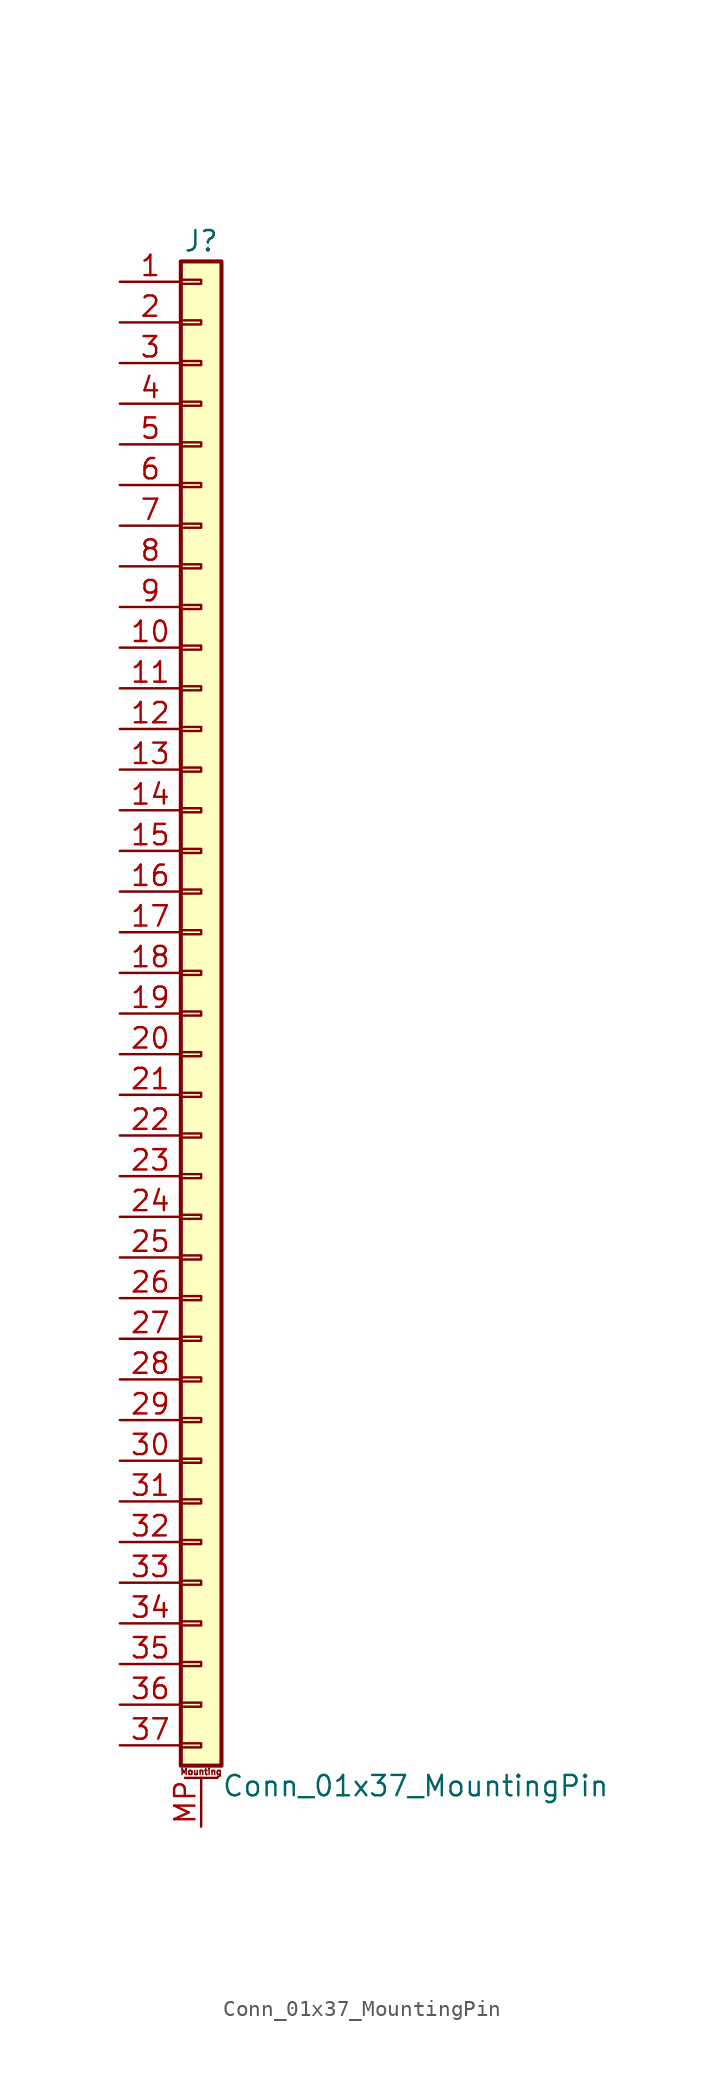
<source format=kicad_sym>
(kicad_symbol_lib
  (version 20201005)
  (generator kicad_symbol_editor)
  (symbol "Connector_Generic_MountingPin:Conn_01x37_MountingPin"
    (pin_names
      (offset 1.016) hide)
    (property "Reference" "J"
      (at 0 48.26 0)
      (effects (font (size 1.27 1.27))))
    (property "Value" "Conn_01x37_MountingPin"
      (at 1.27 -48.26 0)
      (effects (font (size 1.27 1.27)) (justify left)))
    (symbol "Conn_01x37_MountingPin_1_1"
      (text "Mounting" (at 0 -47.371 0) (effects (font (size 0.381 0.381))))
      (rectangle (start -1.27 -27.813) (end 0 -28.067) (stroke (width 0.152)) (fill (type none)))
      (rectangle (start -1.27 -30.353) (end 0 -30.607) (stroke (width 0.152)) (fill (type none)))
      (rectangle (start -1.27 -32.893) (end 0 -33.147) (stroke (width 0.152)) (fill (type none)))
      (rectangle (start -1.27 -35.433) (end 0 -35.687) (stroke (width 0.152)) (fill (type none)))
      (rectangle (start -1.27 -37.973) (end 0 -38.227) (stroke (width 0.152)) (fill (type none)))
      (rectangle (start -1.27 -40.513) (end 0 -40.767) (stroke (width 0.152)) (fill (type none)))
      (rectangle (start -1.27 -43.053) (end 0 -43.307) (stroke (width 0.152)) (fill (type none)))
      (rectangle (start -1.27 -45.593) (end 0 -45.847) (stroke (width 0.152)) (fill (type none)))
      (rectangle (start -1.27 -4.953) (end 0 -5.207) (stroke (width 0.152)) (fill (type none)))
      (rectangle (start -1.27 -7.493) (end 0 -7.747) (stroke (width 0.152)) (fill (type none)))
      (rectangle (start -1.27 -10.033) (end 0 -10.287) (stroke (width 0.152)) (fill (type none)))
      (rectangle (start -1.27 -12.573) (end 0 -12.827) (stroke (width 0.152)) (fill (type none)))
      (rectangle (start -1.27 -15.113) (end 0 -15.367) (stroke (width 0.152)) (fill (type none)))
      (rectangle (start -1.27 -17.653) (end 0 -17.907) (stroke (width 0.152)) (fill (type none)))
      (rectangle (start -1.27 -20.193) (end 0 -20.447) (stroke (width 0.152)) (fill (type none)))
      (rectangle (start -1.27 -22.733) (end 0 -22.987) (stroke (width 0.152)) (fill (type none)))
      (rectangle (start -1.27 -2.413) (end 0 -2.667) (stroke (width 0.152)) (fill (type none)))
      (rectangle (start -1.27 -25.273) (end 0 -25.527) (stroke (width 0.152)) (fill (type none)))
      (rectangle (start -1.27 25.527) (end 0 25.273) (stroke (width 0.152)) (fill (type none)))
      (rectangle (start -1.27 2.667) (end 0 2.413) (stroke (width 0.152)) (fill (type none)))
      (rectangle (start -1.27 28.067) (end 0 27.813) (stroke (width 0.152)) (fill (type none)))
      (rectangle (start -1.27 30.607) (end 0 30.353) (stroke (width 0.152)) (fill (type none)))
      (rectangle (start -1.27 33.147) (end 0 32.893) (stroke (width 0.152)) (fill (type none)))
      (rectangle (start -1.27 35.687) (end 0 35.433) (stroke (width 0.152)) (fill (type none)))
      (rectangle (start -1.27 38.227) (end 0 37.973) (stroke (width 0.152)) (fill (type none)))
      (rectangle (start -1.27 40.767) (end 0 40.513) (stroke (width 0.152)) (fill (type none)))
      (rectangle (start -1.27 43.307) (end 0 43.053) (stroke (width 0.152)) (fill (type none)))
      (rectangle (start -1.27 45.847) (end 0 45.593) (stroke (width 0.152)) (fill (type none)))
      (rectangle (start -1.27 46.99) (end 1.27 -46.99) (stroke (width 0.254)) (fill (type background)))
      (rectangle (start -1.27 5.207) (end 0 4.953) (stroke (width 0.152)) (fill (type none)))
      (rectangle (start -1.27 7.747) (end 0 7.493) (stroke (width 0.152)) (fill (type none)))
      (rectangle (start -1.27 10.287) (end 0 10.033) (stroke (width 0.152)) (fill (type none)))
      (rectangle (start -1.27 0.127) (end 0 -0.127) (stroke (width 0.152)) (fill (type none)))
      (rectangle (start -1.27 12.827) (end 0 12.573) (stroke (width 0.152)) (fill (type none)))
      (rectangle (start -1.27 15.367) (end 0 15.113) (stroke (width 0.152)) (fill (type none)))
      (rectangle (start -1.27 17.907) (end 0 17.653) (stroke (width 0.152)) (fill (type none)))
      (rectangle (start -1.27 20.447) (end 0 20.193) (stroke (width 0.152)) (fill (type none)))
      (rectangle (start -1.27 22.987) (end 0 22.733) (stroke (width 0.152)) (fill (type none)))
      (polyline (pts (xy -1.016 -47.752) (xy 1.016 -47.752)) (stroke (width 0.152)) (fill (type none)))
      (pin passive line (at 0 -50.8 90) (length 3.048) (name "MountPin" (effects (font (size 1.27 1.27)))) (number "MP" (effects (font (size 1.27 1.27)))))
      (pin passive line (at -5.08 45.72 0) (length 3.81) (name "Pin_1" (effects (font (size 1.27 1.27)))) (number "1" (effects (font (size 1.27 1.27)))))
      (pin passive line (at -5.08 22.86 0) (length 3.81) (name "Pin_10" (effects (font (size 1.27 1.27)))) (number "10" (effects (font (size 1.27 1.27)))))
      (pin passive line (at -5.08 20.32 0) (length 3.81) (name "Pin_11" (effects (font (size 1.27 1.27)))) (number "11" (effects (font (size 1.27 1.27)))))
      (pin passive line (at -5.08 17.78 0) (length 3.81) (name "Pin_12" (effects (font (size 1.27 1.27)))) (number "12" (effects (font (size 1.27 1.27)))))
      (pin passive line (at -5.08 15.24 0) (length 3.81) (name "Pin_13" (effects (font (size 1.27 1.27)))) (number "13" (effects (font (size 1.27 1.27)))))
      (pin passive line (at -5.08 12.7 0) (length 3.81) (name "Pin_14" (effects (font (size 1.27 1.27)))) (number "14" (effects (font (size 1.27 1.27)))))
      (pin passive line (at -5.08 10.16 0) (length 3.81) (name "Pin_15" (effects (font (size 1.27 1.27)))) (number "15" (effects (font (size 1.27 1.27)))))
      (pin passive line (at -5.08 7.62 0) (length 3.81) (name "Pin_16" (effects (font (size 1.27 1.27)))) (number "16" (effects (font (size 1.27 1.27)))))
      (pin passive line (at -5.08 5.08 0) (length 3.81) (name "Pin_17" (effects (font (size 1.27 1.27)))) (number "17" (effects (font (size 1.27 1.27)))))
      (pin passive line (at -5.08 2.54 0) (length 3.81) (name "Pin_18" (effects (font (size 1.27 1.27)))) (number "18" (effects (font (size 1.27 1.27)))))
      (pin passive line (at -5.08 0 0) (length 3.81) (name "Pin_19" (effects (font (size 1.27 1.27)))) (number "19" (effects (font (size 1.27 1.27)))))
      (pin passive line (at -5.08 43.18 0) (length 3.81) (name "Pin_2" (effects (font (size 1.27 1.27)))) (number "2" (effects (font (size 1.27 1.27)))))
      (pin passive line (at -5.08 -2.54 0) (length 3.81) (name "Pin_20" (effects (font (size 1.27 1.27)))) (number "20" (effects (font (size 1.27 1.27)))))
      (pin passive line (at -5.08 -5.08 0) (length 3.81) (name "Pin_21" (effects (font (size 1.27 1.27)))) (number "21" (effects (font (size 1.27 1.27)))))
      (pin passive line (at -5.08 -7.62 0) (length 3.81) (name "Pin_22" (effects (font (size 1.27 1.27)))) (number "22" (effects (font (size 1.27 1.27)))))
      (pin passive line (at -5.08 -10.16 0) (length 3.81) (name "Pin_23" (effects (font (size 1.27 1.27)))) (number "23" (effects (font (size 1.27 1.27)))))
      (pin passive line (at -5.08 -12.7 0) (length 3.81) (name "Pin_24" (effects (font (size 1.27 1.27)))) (number "24" (effects (font (size 1.27 1.27)))))
      (pin passive line (at -5.08 -15.24 0) (length 3.81) (name "Pin_25" (effects (font (size 1.27 1.27)))) (number "25" (effects (font (size 1.27 1.27)))))
      (pin passive line (at -5.08 -17.78 0) (length 3.81) (name "Pin_26" (effects (font (size 1.27 1.27)))) (number "26" (effects (font (size 1.27 1.27)))))
      (pin passive line (at -5.08 -20.32 0) (length 3.81) (name "Pin_27" (effects (font (size 1.27 1.27)))) (number "27" (effects (font (size 1.27 1.27)))))
      (pin passive line (at -5.08 -22.86 0) (length 3.81) (name "Pin_28" (effects (font (size 1.27 1.27)))) (number "28" (effects (font (size 1.27 1.27)))))
      (pin passive line (at -5.08 -25.4 0) (length 3.81) (name "Pin_29" (effects (font (size 1.27 1.27)))) (number "29" (effects (font (size 1.27 1.27)))))
      (pin passive line (at -5.08 40.64 0) (length 3.81) (name "Pin_3" (effects (font (size 1.27 1.27)))) (number "3" (effects (font (size 1.27 1.27)))))
      (pin passive line (at -5.08 -27.94 0) (length 3.81) (name "Pin_30" (effects (font (size 1.27 1.27)))) (number "30" (effects (font (size 1.27 1.27)))))
      (pin passive line (at -5.08 -30.48 0) (length 3.81) (name "Pin_31" (effects (font (size 1.27 1.27)))) (number "31" (effects (font (size 1.27 1.27)))))
      (pin passive line (at -5.08 -33.02 0) (length 3.81) (name "Pin_32" (effects (font (size 1.27 1.27)))) (number "32" (effects (font (size 1.27 1.27)))))
      (pin passive line (at -5.08 -35.56 0) (length 3.81) (name "Pin_33" (effects (font (size 1.27 1.27)))) (number "33" (effects (font (size 1.27 1.27)))))
      (pin passive line (at -5.08 -38.1 0) (length 3.81) (name "Pin_34" (effects (font (size 1.27 1.27)))) (number "34" (effects (font (size 1.27 1.27)))))
      (pin passive line (at -5.08 -40.64 0) (length 3.81) (name "Pin_35" (effects (font (size 1.27 1.27)))) (number "35" (effects (font (size 1.27 1.27)))))
      (pin passive line (at -5.08 -43.18 0) (length 3.81) (name "Pin_36" (effects (font (size 1.27 1.27)))) (number "36" (effects (font (size 1.27 1.27)))))
      (pin passive line (at -5.08 -45.72 0) (length 3.81) (name "Pin_37" (effects (font (size 1.27 1.27)))) (number "37" (effects (font (size 1.27 1.27)))))
      (pin passive line (at -5.08 38.1 0) (length 3.81) (name "Pin_4" (effects (font (size 1.27 1.27)))) (number "4" (effects (font (size 1.27 1.27)))))
      (pin passive line (at -5.08 35.56 0) (length 3.81) (name "Pin_5" (effects (font (size 1.27 1.27)))) (number "5" (effects (font (size 1.27 1.27)))))
      (pin passive line (at -5.08 33.02 0) (length 3.81) (name "Pin_6" (effects (font (size 1.27 1.27)))) (number "6" (effects (font (size 1.27 1.27)))))
      (pin passive line (at -5.08 30.48 0) (length 3.81) (name "Pin_7" (effects (font (size 1.27 1.27)))) (number "7" (effects (font (size 1.27 1.27)))))
      (pin passive line (at -5.08 27.94 0) (length 3.81) (name "Pin_8" (effects (font (size 1.27 1.27)))) (number "8" (effects (font (size 1.27 1.27)))))
      (pin passive line (at -5.08 25.4 0) (length 3.81) (name "Pin_9" (effects (font (size 1.27 1.27)))) (number "9" (effects (font (size 1.27 1.27))))))))
</source>
